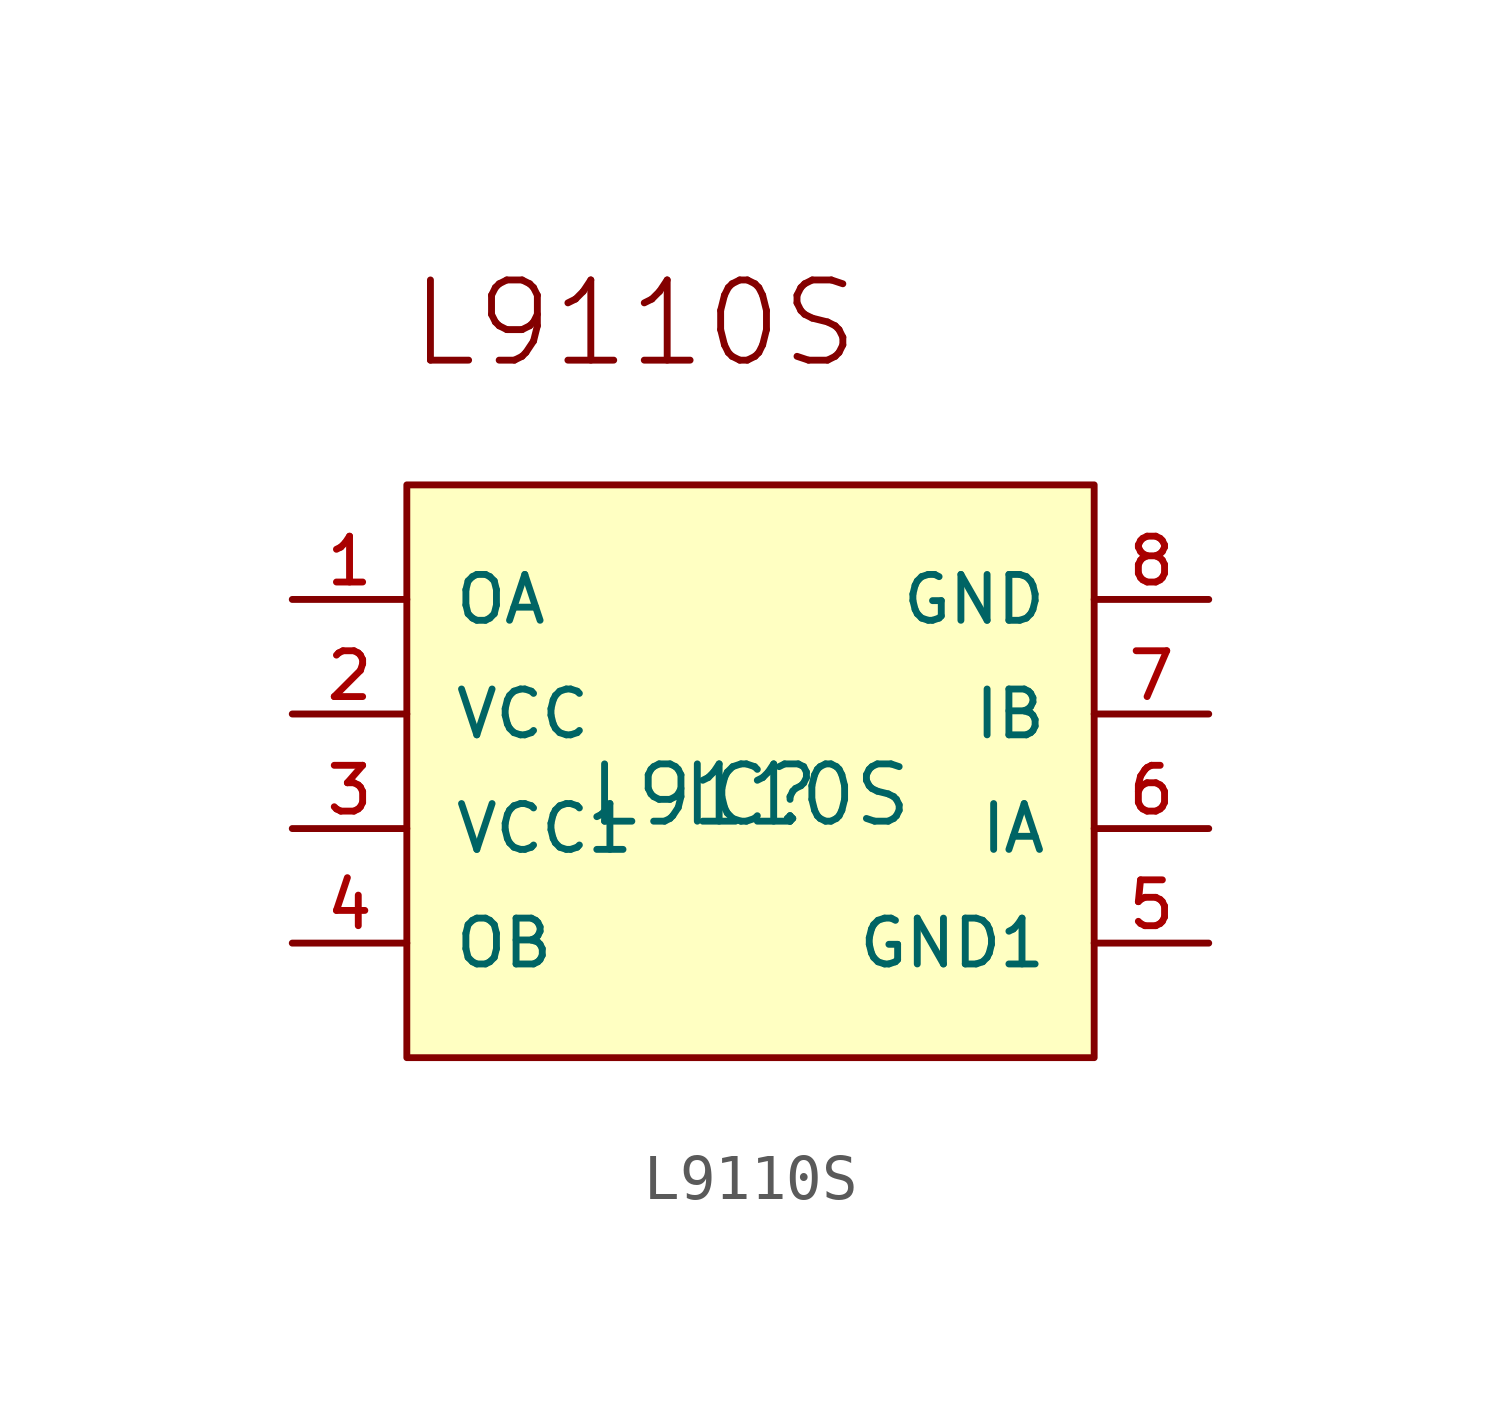
<source format=kicad_sym>
(kicad_symbol_lib
  (version 20211014)
  (generator kicad_symbol_editor)
  (symbol "L9110S"
    (pin_names
      (offset 1.016))
    (property "Reference" "IC"
      (at 0 0 0)
      (effects (font (size 1.27 1.27)) (justify bottom)))
    (property "Value" "L9110S"
      (at 0 0 0)
      (effects (font (size 1.27 1.27)) (justify bottom)))
    (symbol "L9110S_0_0"
      (rectangle (start -7.62 -5.08) (end 7.62 7.62) (stroke (width 0.152) (type default) (color 0 0 0 0)) (fill (type background)))
      (text "L9110S" (at -7.62 10.16 0) (effects (font (size 1.778 1.778)) (justify left bottom)))
      (pin output line (at -10.16 5.08 0) (length 2.54) (name "OA" (effects (font (size 1.016 1.016)))) (number "1" (effects (font (size 1.016 1.016)))))
      (pin power_in line (at -10.16 2.54 0) (length 2.54) (name "VCC" (effects (font (size 1.016 1.016)))) (number "2" (effects (font (size 1.016 1.016)))))
      (pin power_in line (at -10.16 0 0) (length 2.54) (name "VCC1" (effects (font (size 1.016 1.016)))) (number "3" (effects (font (size 1.016 1.016)))))
      (pin output line (at -10.16 -2.54 0) (length 2.54) (name "OB" (effects (font (size 1.016 1.016)))) (number "4" (effects (font (size 1.016 1.016)))))
      (pin power_in line (at 10.16 -2.54 180) (length 2.54) (name "GND1" (effects (font (size 1.016 1.016)))) (number "5" (effects (font (size 1.016 1.016)))))
      (pin input line (at 10.16 0 180) (length 2.54) (name "IA" (effects (font (size 1.016 1.016)))) (number "6" (effects (font (size 1.016 1.016)))))
      (pin input line (at 10.16 2.54 180) (length 2.54) (name "IB" (effects (font (size 1.016 1.016)))) (number "7" (effects (font (size 1.016 1.016)))))
      (pin power_in line (at 10.16 5.08 180) (length 2.54) (name "GND" (effects (font (size 1.016 1.016)))) (number "8" (effects (font (size 1.016 1.016))))))))
</source>
